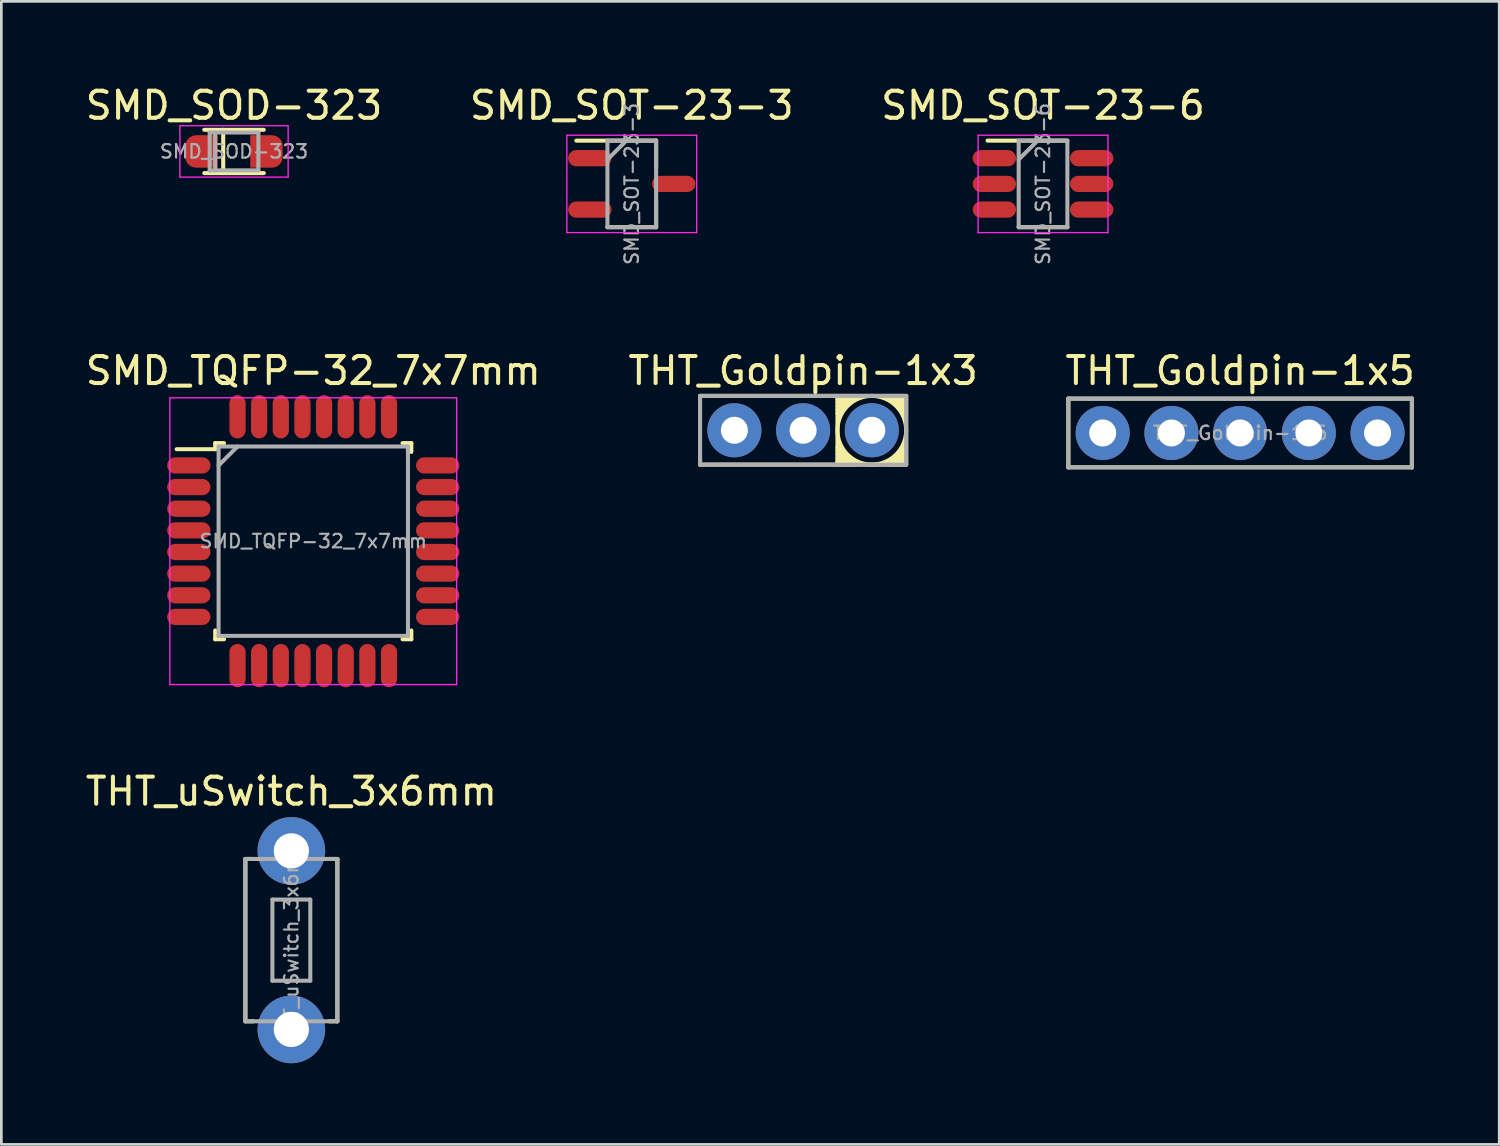
<source format=kicad_pcb>
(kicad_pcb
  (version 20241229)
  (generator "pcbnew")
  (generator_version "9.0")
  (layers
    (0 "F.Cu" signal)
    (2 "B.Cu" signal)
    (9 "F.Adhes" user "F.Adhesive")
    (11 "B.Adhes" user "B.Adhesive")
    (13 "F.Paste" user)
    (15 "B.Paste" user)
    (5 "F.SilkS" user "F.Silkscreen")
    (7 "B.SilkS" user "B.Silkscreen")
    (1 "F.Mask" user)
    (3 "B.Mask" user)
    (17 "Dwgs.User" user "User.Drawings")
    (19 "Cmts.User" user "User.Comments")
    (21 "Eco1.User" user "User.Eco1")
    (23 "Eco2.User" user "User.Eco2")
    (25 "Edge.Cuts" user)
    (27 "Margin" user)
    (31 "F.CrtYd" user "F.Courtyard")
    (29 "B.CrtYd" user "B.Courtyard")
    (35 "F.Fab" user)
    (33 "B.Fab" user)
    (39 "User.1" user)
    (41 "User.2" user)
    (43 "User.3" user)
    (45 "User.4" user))
  (footprint "THT_uSwitch_3x6mm"
    (layer "F.Cu")
    (at 7.72 31.703)
    (property "Reference" "THT_uSwitch_3x6mm" (at 0 -5.5 0) (layer "F.SilkS") (effects (font (size 1 1) (thickness 0.15))))
    (attr through_hole)
    (fp_line (start -1.7 -3) (end -1.4 -3) (stroke (width 0.15) (type solid)) (layer "F.SilkS"))
    (fp_line (start -1.7 3) (end -1.7 -3) (stroke (width 0.15) (type solid)) (layer "F.SilkS"))
    (fp_line (start -1.4 3) (end -1.7 3) (stroke (width 0.15) (type solid)) (layer "F.SilkS"))
    (fp_line (start 1.7 -3) (end 1.4 -3) (stroke (width 0.15) (type solid)) (layer "F.SilkS"))
    (fp_line (start 1.7 -3) (end 1.7 3) (stroke (width 0.15) (type solid)) (layer "F.SilkS"))
    (fp_line (start 1.7 3) (end 1.4 3) (stroke (width 0.15) (type solid)) (layer "F.SilkS"))
    (fp_line (start -1.7 -3) (end -1.7 3) (stroke (width 0.15) (type solid)) (layer "F.Fab"))
    (fp_line (start -1.7 3) (end 1.7 3) (stroke (width 0.15) (type solid)) (layer "F.Fab"))
    (fp_line (start -0.7 -1.5) (end -0.7 1.5) (stroke (width 0.15) (type solid)) (layer "F.Fab"))
    (fp_line (start -0.7 1.5) (end 0.7 1.5) (stroke (width 0.15) (type solid)) (layer "F.Fab"))
    (fp_line (start 0.7 -1.5) (end -0.7 -1.5) (stroke (width 0.15) (type solid)) (layer "F.Fab"))
    (fp_line (start 0.7 1.5) (end 0.7 -1.5) (stroke (width 0.15) (type solid)) (layer "F.Fab"))
    (fp_line (start 1.7 -3) (end -1.7 -3) (stroke (width 0.15) (type solid)) (layer "F.Fab"))
    (fp_line (start 1.7 3) (end 1.7 -3) (stroke (width 0.15) (type solid)) (layer "F.Fab"))
    (fp_text user "${REFERENCE}" (at 0 0 90) (layer "F.Fab") (effects (font (size 0.5 0.5) (thickness 0.08))))
    (pad "1" thru_hole oval (at 0 -3.3) (size 2.5 2.5) (drill 1.3) (layers "*.Cu" "*.Mask"))
    (pad "2" thru_hole oval (at 0 3.3) (size 2.5 2.5) (drill 1.3) (layers "*.Cu" "*.Mask")))
  (footprint "THT_Goldpin-1x3"
    (layer "F.Cu")
    (at 26.637 12.855)
    (property "Reference" "THT_Goldpin-1x3" (at 0 -2.2 0) (layer "F.SilkS") (effects (font (size 1 1) (thickness 0.15))))
    (attr exclude_from_pos_files exclude_from_bom)
    (fp_circle (center -2.54 0) (end -2.29 0) (stroke (width 0.6) (type solid)) (fill no) (layer "B.Mask"))
    (fp_circle (center 0 0) (end 0.25 0) (stroke (width 0.6) (type solid)) (fill no) (layer "B.Mask"))
    (fp_circle (center 2.54 0) (end 2.79 0) (stroke (width 0.6) (type solid)) (fill no) (layer "B.Mask"))
    (fp_line (start -3.81 -1.27) (end -3.81 1.27) (stroke (width 0.15) (type solid)) (layer "F.SilkS"))
    (fp_line (start -3.81 1.27) (end 3.81 1.27) (stroke (width 0.15) (type solid)) (layer "F.SilkS"))
    (fp_line (start 1.27 -1.27) (end 1.27 1.27) (stroke (width 0.15) (type solid)) (layer "F.SilkS"))
    (fp_line (start 1.27 -1.016) (end 1.524 -1.27) (stroke (width 0.15) (type solid)) (layer "F.SilkS"))
    (fp_line (start 1.27 -0.889) (end 1.651 -1.27) (stroke (width 0.15) (type solid)) (layer "F.SilkS"))
    (fp_line (start 1.27 -0.635) (end 1.905 -1.27) (stroke (width 0.15) (type solid)) (layer "F.SilkS"))
    (fp_line (start 1.27 0.635) (end 1.905 1.27) (stroke (width 0.15) (type solid)) (layer "F.SilkS"))
    (fp_line (start 1.27 0.889) (end 1.651 1.27) (stroke (width 0.15) (type solid)) (layer "F.SilkS"))
    (fp_line (start 1.397 -1.27) (end 1.27 -1.143) (stroke (width 0.15) (type solid)) (layer "F.SilkS"))
    (fp_line (start 1.397 1.27) (end 1.27 1.143) (stroke (width 0.15) (type solid)) (layer "F.SilkS"))
    (fp_line (start 1.524 1.27) (end 1.27 1.016) (stroke (width 0.15) (type solid)) (layer "F.SilkS"))
    (fp_line (start 1.778 -1.27) (end 1.27 -0.762) (stroke (width 0.15) (type solid)) (layer "F.SilkS"))
    (fp_line (start 1.778 1.27) (end 1.27 0.762) (stroke (width 0.15) (type solid)) (layer "F.SilkS"))
    (fp_line (start 3.302 -1.27) (end 3.81 -0.762) (stroke (width 0.15) (type solid)) (layer "F.SilkS"))
    (fp_line (start 3.302 1.27) (end 3.81 0.762) (stroke (width 0.15) (type solid)) (layer "F.SilkS"))
    (fp_line (start 3.429 -1.27) (end 3.81 -0.889) (stroke (width 0.15) (type solid)) (layer "F.SilkS"))
    (fp_line (start 3.556 1.27) (end 3.81 1.016) (stroke (width 0.15) (type solid)) (layer "F.SilkS"))
    (fp_line (start 3.683 -1.27) (end 3.81 -1.143) (stroke (width 0.15) (type solid)) (layer "F.SilkS"))
    (fp_line (start 3.81 -1.27) (end -3.81 -1.27) (stroke (width 0.15) (type solid)) (layer "F.SilkS"))
    (fp_line (start 3.81 -1.016) (end 3.556 -1.27) (stroke (width 0.15) (type solid)) (layer "F.SilkS"))
    (fp_line (start 3.81 -0.635) (end 3.175 -1.27) (stroke (width 0.15) (type solid)) (layer "F.SilkS"))
    (fp_line (start 3.81 0.635) (end 3.175 1.27) (stroke (width 0.15) (type solid)) (layer "F.SilkS"))
    (fp_line (start 3.81 0.889) (end 3.429 1.27) (stroke (width 0.15) (type solid)) (layer "F.SilkS"))
    (fp_line (start 3.81 1.143) (end 3.683 1.27) (stroke (width 0.15) (type solid)) (layer "F.SilkS"))
    (fp_line (start 3.81 1.27) (end 3.81 -1.27) (stroke (width 0.15) (type solid)) (layer "F.SilkS"))
    (fp_circle (center 2.54 0) (end 3.81 0) (stroke (width 0.15) (type solid)) (fill no) (layer "F.SilkS"))
    (fp_line (start -3.81 -1.27) (end -3.81 1.27) (stroke (width 0.15) (type solid)) (layer "F.Fab"))
    (fp_line (start -3.81 -1.27) (end 3.81 -1.27) (stroke (width 0.15) (type solid)) (layer "F.Fab"))
    (fp_line (start 3.81 1.27) (end -3.81 1.27) (stroke (width 0.15) (type solid)) (layer "F.Fab"))
    (fp_line (start 3.81 1.27) (end 3.81 -1.27) (stroke (width 0.15) (type solid)) (layer "F.Fab"))
    (pad "1" thru_hole circle (at -2.54 0) (size 2 2) (drill 1) (layers "*.Cu" "F.Mask"))
    (pad "2" thru_hole circle (at 0 0) (size 2 2) (drill 1) (layers "*.Cu" "F.Mask"))
    (pad "3" thru_hole circle (at 2.54 0) (size 2 2) (drill 1) (layers "*.Cu" "F.Mask")))
  (footprint "THT_Goldpin-1x5"
    (layer "F.Cu")
    (at 42.792 12.955)
    (property "Reference" "THT_Goldpin-1x5" (at 0 -2.3 0) (layer "F.SilkS") (effects (font (size 1 1) (thickness 0.15))))
    (attr through_hole)
    (fp_line (start -6.35 -1.27) (end -6.35 1.27) (stroke (width 0.15) (type solid)) (layer "F.SilkS"))
    (fp_line (start -6.35 1.27) (end 6.35 1.27) (stroke (width 0.15) (type solid)) (layer "F.SilkS"))
    (fp_line (start 6.35 -1.27) (end -6.35 -1.27) (stroke (width 0.15) (type solid)) (layer "F.SilkS"))
    (fp_line (start 6.35 1.27) (end 6.35 -1.27) (stroke (width 0.15) (type solid)) (layer "F.SilkS"))
    (fp_line (start -6.35 -1.27) (end -6.35 1.27) (stroke (width 0.15) (type solid)) (layer "F.Fab"))
    (fp_line (start -6.35 1.27) (end 6.35 1.27) (stroke (width 0.15) (type solid)) (layer "F.Fab"))
    (fp_line (start 6.35 -1.27) (end -6.35 -1.27) (stroke (width 0.15) (type solid)) (layer "F.Fab"))
    (fp_line (start 6.35 1.27) (end 6.35 -1.27) (stroke (width 0.15) (type solid)) (layer "F.Fab"))
    (fp_text user "${REFERENCE}" (at 0 0 0) (layer "F.Fab") (effects (font (size 0.5 0.5) (thickness 0.08))))
    (pad "1" thru_hole circle (at -5.08 0) (size 2 2) (drill 1) (layers "*.Cu" "*.Mask"))
    (pad "2" thru_hole circle (at -2.54 0) (size 2 2) (drill 1) (layers "*.Cu" "*.Mask"))
    (pad "3" thru_hole circle (at 0 0) (size 2 2) (drill 1) (layers "*.Cu" "*.Mask"))
    (pad "4" thru_hole circle (at 2.54 0) (size 2 2) (drill 1) (layers "*.Cu" "*.Mask"))
    (pad "5" thru_hole circle (at 5.08 0) (size 2 2) (drill 1) (layers "*.Cu" "*.Mask")))
  (footprint "SMD_SOT-23-3"
    (layer "F.Cu")
    (at 20.304 3.748)
    (property "Reference" "SMD_SOT-23-3" (at 0 -2.9 0) (layer "F.SilkS") (effects (font (size 1 1) (thickness 0.15))))
    (attr smd)
    (fp_line (start -0.9 1.6) (end 0.9 1.6) (stroke (width 0.15) (type solid)) (layer "F.SilkS"))
    (fp_line (start 0.9 -1.6) (end -2.05 -1.6) (stroke (width 0.15) (type solid)) (layer "F.SilkS"))
    (fp_line (start 0.9 -1.6) (end 0.9 -0.6) (stroke (width 0.15) (type solid)) (layer "F.SilkS"))
    (fp_line (start 0.9 1.6) (end 0.9 0.6) (stroke (width 0.15) (type solid)) (layer "F.SilkS"))
    (fp_line (start -2.4 -1.8) (end 2.4 -1.8) (stroke (width 0.05) (type solid)) (layer "F.CrtYd"))
    (fp_line (start -2.4 1.8) (end -2.4 -1.8) (stroke (width 0.05) (type solid)) (layer "F.CrtYd"))
    (fp_line (start 2.4 -1.8) (end 2.4 1.8) (stroke (width 0.05) (type solid)) (layer "F.CrtYd"))
    (fp_line (start 2.4 1.8) (end -2.4 1.8) (stroke (width 0.05) (type solid)) (layer "F.CrtYd"))
    (fp_line (start -0.9 -1.6) (end -0.9 1.6) (stroke (width 0.15) (type solid)) (layer "F.Fab"))
    (fp_line (start -0.9 -0.9) (end -0.2 -1.6) (stroke (width 0.15) (type solid)) (layer "F.Fab"))
    (fp_line (start 0.9 -1.6) (end -0.9 -1.6) (stroke (width 0.15) (type solid)) (layer "F.Fab"))
    (fp_line (start 0.9 -1.6) (end 0.9 1.6) (stroke (width 0.15) (type solid)) (layer "F.Fab"))
    (fp_line (start 0.9 1.6) (end -0.9 1.6) (stroke (width 0.15) (type solid)) (layer "F.Fab"))
    (fp_text user "${REFERENCE}" (at 0 0 90) (layer "F.Fab") (effects (font (size 0.5 0.5) (thickness 0.08))))
    (pad "1" smd oval (at -1.55 -0.95) (size 1.6 0.6) (layers "F.Cu" "F.Mask" "F.Paste"))
    (pad "2" smd oval (at -1.55 0.95) (size 1.6 0.6) (layers "F.Cu" "F.Mask" "F.Paste"))
    (pad "3" smd oval (at 1.55 0) (size 1.6 0.6) (layers "F.Cu" "F.Mask" "F.Paste")))
  (footprint "SMD_SOD-323"
    (layer "F.Cu")
    (at 5.601 2.548)
    (property "Reference" "SMD_SOD-323" (at 0 -1.7 0) (layer "F.SilkS") (effects (font (size 1 1) (thickness 0.15))))
    (attr smd)
    (fp_line (start -1.1 -0.8) (end 1.1 -0.8) (stroke (width 0.15) (type solid)) (layer "F.SilkS"))
    (fp_line (start -1.1 0.8) (end 1.1 0.8) (stroke (width 0.15) (type solid)) (layer "F.SilkS"))
    (fp_line (start -0.4 -0.8) (end -0.4 0.8) (stroke (width 0.15) (type solid)) (layer "F.SilkS"))
    (fp_line (start -2 -0.95) (end -2 0.95) (stroke (width 0.05) (type solid)) (layer "F.CrtYd"))
    (fp_line (start -2 -0.95) (end 2 -0.95) (stroke (width 0.05) (type solid)) (layer "F.CrtYd"))
    (fp_line (start -2 0.95) (end 2 0.95) (stroke (width 0.05) (type solid)) (layer "F.CrtYd"))
    (fp_line (start 2 -0.95) (end 2 0.95) (stroke (width 0.05) (type solid)) (layer "F.CrtYd"))
    (fp_line (start -0.9 -0.7) (end 0.9 -0.7) (stroke (width 0.15) (type solid)) (layer "F.Fab"))
    (fp_line (start -0.9 0.7) (end -0.9 -0.7) (stroke (width 0.15) (type solid)) (layer "F.Fab"))
    (fp_line (start -0.7 -0.7) (end -0.7 0.7) (stroke (width 0.15) (type solid)) (layer "F.Fab"))
    (fp_line (start 0.9 -0.7) (end 0.9 0.7) (stroke (width 0.15) (type solid)) (layer "F.Fab"))
    (fp_line (start 0.9 0.7) (end -0.9 0.7) (stroke (width 0.15) (type solid)) (layer "F.Fab"))
    (fp_text user "${REFERENCE}" (at 0 0 0) (layer "F.Fab") (effects (font (size 0.5 0.5) (thickness 0.08))))
    (pad "1" smd custom (at -1.2 0) (size 1.2 1.2) (layers "F.Cu" "F.Mask" "F.Paste") (options (anchor circle)) (primitives (gr_poly (pts (xy 0.6 0.6) (xy -0.2 0.6) (xy -0.6 0.2) (xy -0.6 -0.2) (xy -0.2 -0.6) (xy 0.6 -0.6)) (width 0) (fill yes)) (gr_circle (center -0.2 0.2) (end 0.2 0.2) (width 0) (fill yes)) (gr_circle (center -0.2 -0.2) (end 0.2 -0.2) (width 0) (fill yes))))
    (pad "2" smd custom (at 1.2 0 180) (size 1.2 1.2) (layers "F.Cu" "F.Mask" "F.Paste") (options (anchor circle)) (primitives (gr_poly (pts (xy 0.6 0.6) (xy -0.2 0.6) (xy -0.6 0.2) (xy -0.6 -0.2) (xy -0.2 -0.6) (xy 0.6 -0.6)) (width 0) (fill yes)) (gr_circle (center -0.2 0.2) (end 0.2 0.2) (width 0) (fill yes)) (gr_circle (center -0.2 -0.2) (end 0.2 -0.2) (width 0) (fill yes)))))
  (footprint "SMD_TQFP-32_7x7mm"
    (layer "F.Cu")
    (at 8.53 16.955)
    (property "Reference" "SMD_TQFP-32_7x7mm" (at 0 -6.3 0) (layer "F.SilkS") (effects (font (size 1 1) (thickness 0.15))))
    (attr smd)
    (fp_line (start -3.625 -3.625) (end -3.625 -3.4) (stroke (width 0.15) (type solid)) (layer "F.SilkS"))
    (fp_line (start -3.625 -3.625) (end -3.3 -3.625) (stroke (width 0.15) (type solid)) (layer "F.SilkS"))
    (fp_line (start -3.625 -3.4) (end -5.05 -3.4) (stroke (width 0.15) (type solid)) (layer "F.SilkS"))
    (fp_line (start -3.625 3.625) (end -3.625 3.3) (stroke (width 0.15) (type solid)) (layer "F.SilkS"))
    (fp_line (start -3.625 3.625) (end -3.3 3.625) (stroke (width 0.15) (type solid)) (layer "F.SilkS"))
    (fp_line (start 3.625 -3.625) (end 3.3 -3.625) (stroke (width 0.15) (type solid)) (layer "F.SilkS"))
    (fp_line (start 3.625 -3.625) (end 3.625 -3.3) (stroke (width 0.15) (type solid)) (layer "F.SilkS"))
    (fp_line (start 3.625 3.625) (end 3.3 3.625) (stroke (width 0.15) (type solid)) (layer "F.SilkS"))
    (fp_line (start 3.625 3.625) (end 3.625 3.3) (stroke (width 0.15) (type solid)) (layer "F.SilkS"))
    (fp_line (start -5.3 -5.3) (end -5.3 5.3) (stroke (width 0.05) (type solid)) (layer "F.CrtYd"))
    (fp_line (start -5.3 -5.3) (end 5.3 -5.3) (stroke (width 0.05) (type solid)) (layer "F.CrtYd"))
    (fp_line (start -5.3 5.3) (end 5.3 5.3) (stroke (width 0.05) (type solid)) (layer "F.CrtYd"))
    (fp_line (start 5.3 -5.3) (end 5.3 5.3) (stroke (width 0.05) (type solid)) (layer "F.CrtYd"))
    (fp_line (start -3.5 -3.5) (end 3.5 -3.5) (stroke (width 0.15) (type solid)) (layer "F.Fab"))
    (fp_line (start -3.5 -2.8) (end -2.8 -3.5) (stroke (width 0.15) (type solid)) (layer "F.Fab"))
    (fp_line (start -3.5 3.5) (end -3.5 -3.5) (stroke (width 0.15) (type solid)) (layer "F.Fab"))
    (fp_line (start 3.5 -3.5) (end 3.5 3.5) (stroke (width 0.15) (type solid)) (layer "F.Fab"))
    (fp_line (start 3.5 3.5) (end -3.5 3.5) (stroke (width 0.15) (type solid)) (layer "F.Fab"))
    (fp_text user "${REFERENCE}" (at 0 0 0) (layer "F.Fab") (effects (font (size 0.5 0.5) (thickness 0.08))))
    (pad "1" smd oval (at -4.6 -2.8) (size 1.6 0.6) (layers "F.Cu" "F.Mask" "F.Paste"))
    (pad "2" smd oval (at -4.6 -2) (size 1.6 0.6) (layers "F.Cu" "F.Mask" "F.Paste"))
    (pad "3" smd oval (at -4.6 -1.2) (size 1.6 0.6) (layers "F.Cu" "F.Mask" "F.Paste"))
    (pad "4" smd oval (at -4.6 -0.4) (size 1.6 0.6) (layers "F.Cu" "F.Mask" "F.Paste"))
    (pad "5" smd oval (at -4.6 0.4) (size 1.6 0.6) (layers "F.Cu" "F.Mask" "F.Paste"))
    (pad "6" smd oval (at -4.6 1.2) (size 1.6 0.6) (layers "F.Cu" "F.Mask" "F.Paste"))
    (pad "7" smd oval (at -4.6 2) (size 1.6 0.6) (layers "F.Cu" "F.Mask" "F.Paste"))
    (pad "8" smd oval (at -4.6 2.8) (size 1.6 0.6) (layers "F.Cu" "F.Mask" "F.Paste"))
    (pad "9" smd oval (at -2.8 4.6 90) (size 1.6 0.6) (layers "F.Cu" "F.Mask" "F.Paste"))
    (pad "10" smd oval (at -2 4.6 90) (size 1.6 0.6) (layers "F.Cu" "F.Mask" "F.Paste"))
    (pad "11" smd oval (at -1.2 4.6 90) (size 1.6 0.6) (layers "F.Cu" "F.Mask" "F.Paste"))
    (pad "12" smd oval (at -0.4 4.6 90) (size 1.6 0.6) (layers "F.Cu" "F.Mask" "F.Paste"))
    (pad "13" smd oval (at 0.4 4.6 90) (size 1.6 0.6) (layers "F.Cu" "F.Mask" "F.Paste"))
    (pad "14" smd oval (at 1.2 4.6 90) (size 1.6 0.6) (layers "F.Cu" "F.Mask" "F.Paste"))
    (pad "15" smd oval (at 2 4.6 90) (size 1.6 0.6) (layers "F.Cu" "F.Mask" "F.Paste"))
    (pad "16" smd oval (at 2.8 4.6 90) (size 1.6 0.6) (layers "F.Cu" "F.Mask" "F.Paste"))
    (pad "17" smd oval (at 4.6 2.8) (size 1.6 0.6) (layers "F.Cu" "F.Mask" "F.Paste"))
    (pad "18" smd oval (at 4.6 2) (size 1.6 0.6) (layers "F.Cu" "F.Mask" "F.Paste"))
    (pad "19" smd oval (at 4.6 1.2) (size 1.6 0.6) (layers "F.Cu" "F.Mask" "F.Paste"))
    (pad "20" smd oval (at 4.6 0.4) (size 1.6 0.6) (layers "F.Cu" "F.Mask" "F.Paste"))
    (pad "21" smd oval (at 4.6 -0.4) (size 1.6 0.6) (layers "F.Cu" "F.Mask" "F.Paste"))
    (pad "22" smd oval (at 4.6 -1.2) (size 1.6 0.6) (layers "F.Cu" "F.Mask" "F.Paste"))
    (pad "23" smd oval (at 4.6 -2) (size 1.6 0.6) (layers "F.Cu" "F.Mask" "F.Paste"))
    (pad "24" smd oval (at 4.6 -2.8) (size 1.6 0.6) (layers "F.Cu" "F.Mask" "F.Paste"))
    (pad "25" smd oval (at 2.8 -4.6 90) (size 1.6 0.6) (layers "F.Cu" "F.Mask" "F.Paste"))
    (pad "26" smd oval (at 2 -4.6 90) (size 1.6 0.6) (layers "F.Cu" "F.Mask" "F.Paste"))
    (pad "27" smd oval (at 1.2 -4.6 90) (size 1.6 0.6) (layers "F.Cu" "F.Mask" "F.Paste"))
    (pad "28" smd oval (at 0.4 -4.6 90) (size 1.6 0.6) (layers "F.Cu" "F.Mask" "F.Paste"))
    (pad "29" smd oval (at -0.4 -4.6 90) (size 1.6 0.6) (layers "F.Cu" "F.Mask" "F.Paste"))
    (pad "30" smd oval (at -1.2 -4.6 90) (size 1.6 0.6) (layers "F.Cu" "F.Mask" "F.Paste"))
    (pad "31" smd oval (at -2 -4.6 90) (size 1.6 0.6) (layers "F.Cu" "F.Mask" "F.Paste"))
    (pad "32" smd oval (at -2.8 -4.6 90) (size 1.6 0.6) (layers "F.Cu" "F.Mask" "F.Paste")))
  (footprint "SMD_SOT-23-6"
    (layer "F.Cu")
    (at 35.506 3.748)
    (property "Reference" "SMD_SOT-23-6" (at 0 -2.9 0) (layer "F.SilkS") (effects (font (size 1 1) (thickness 0.15))))
    (attr smd)
    (fp_line (start -0.9 1.6) (end 0.9 1.6) (stroke (width 0.15) (type solid)) (layer "F.SilkS"))
    (fp_line (start 0.9 -1.6) (end -2.05 -1.6) (stroke (width 0.15) (type solid)) (layer "F.SilkS"))
    (fp_line (start -2.4 -1.8) (end 2.4 -1.8) (stroke (width 0.05) (type solid)) (layer "F.CrtYd"))
    (fp_line (start -2.4 1.8) (end -2.4 -1.8) (stroke (width 0.05) (type solid)) (layer "F.CrtYd"))
    (fp_line (start 2.4 -1.8) (end 2.4 1.8) (stroke (width 0.05) (type solid)) (layer "F.CrtYd"))
    (fp_line (start 2.4 1.8) (end -2.4 1.8) (stroke (width 0.05) (type solid)) (layer "F.CrtYd"))
    (fp_line (start -0.9 -1.6) (end -0.9 1.6) (stroke (width 0.15) (type solid)) (layer "F.Fab"))
    (fp_line (start -0.9 -0.9) (end -0.2 -1.6) (stroke (width 0.15) (type solid)) (layer "F.Fab"))
    (fp_line (start 0.9 -1.6) (end -0.9 -1.6) (stroke (width 0.15) (type solid)) (layer "F.Fab"))
    (fp_line (start 0.9 -1.55) (end 0.9 1.6) (stroke (width 0.15) (type solid)) (layer "F.Fab"))
    (fp_line (start 0.9 1.6) (end -0.9 1.6) (stroke (width 0.15) (type solid)) (layer "F.Fab"))
    (fp_text user "${REFERENCE}" (at 0 0 90) (layer "F.Fab") (effects (font (size 0.5 0.5) (thickness 0.08))))
    (pad "1" smd oval (at -1.8 -0.95) (size 1.6 0.6) (layers "F.Cu" "F.Mask" "F.Paste"))
    (pad "2" smd oval (at -1.8 0) (size 1.6 0.6) (layers "F.Cu" "F.Mask" "F.Paste"))
    (pad "3" smd oval (at -1.8 0.95) (size 1.6 0.6) (layers "F.Cu" "F.Mask" "F.Paste"))
    (pad "4" smd oval (at 1.8 0.95) (size 1.6 0.6) (layers "F.Cu" "F.Mask" "F.Paste"))
    (pad "5" smd oval (at 1.8 0) (size 1.6 0.6) (layers "F.Cu" "F.Mask" "F.Paste"))
    (pad "6" smd oval (at 1.8 -0.95) (size 1.6 0.6) (layers "F.Cu" "F.Mask" "F.Paste")))
  (gr_rect
    (start -3 -3)
    (end 52.369 39.253)
    (stroke (width 0.1) (type default))
    (fill no)
    (layer "Edge.Cuts")))
</source>
